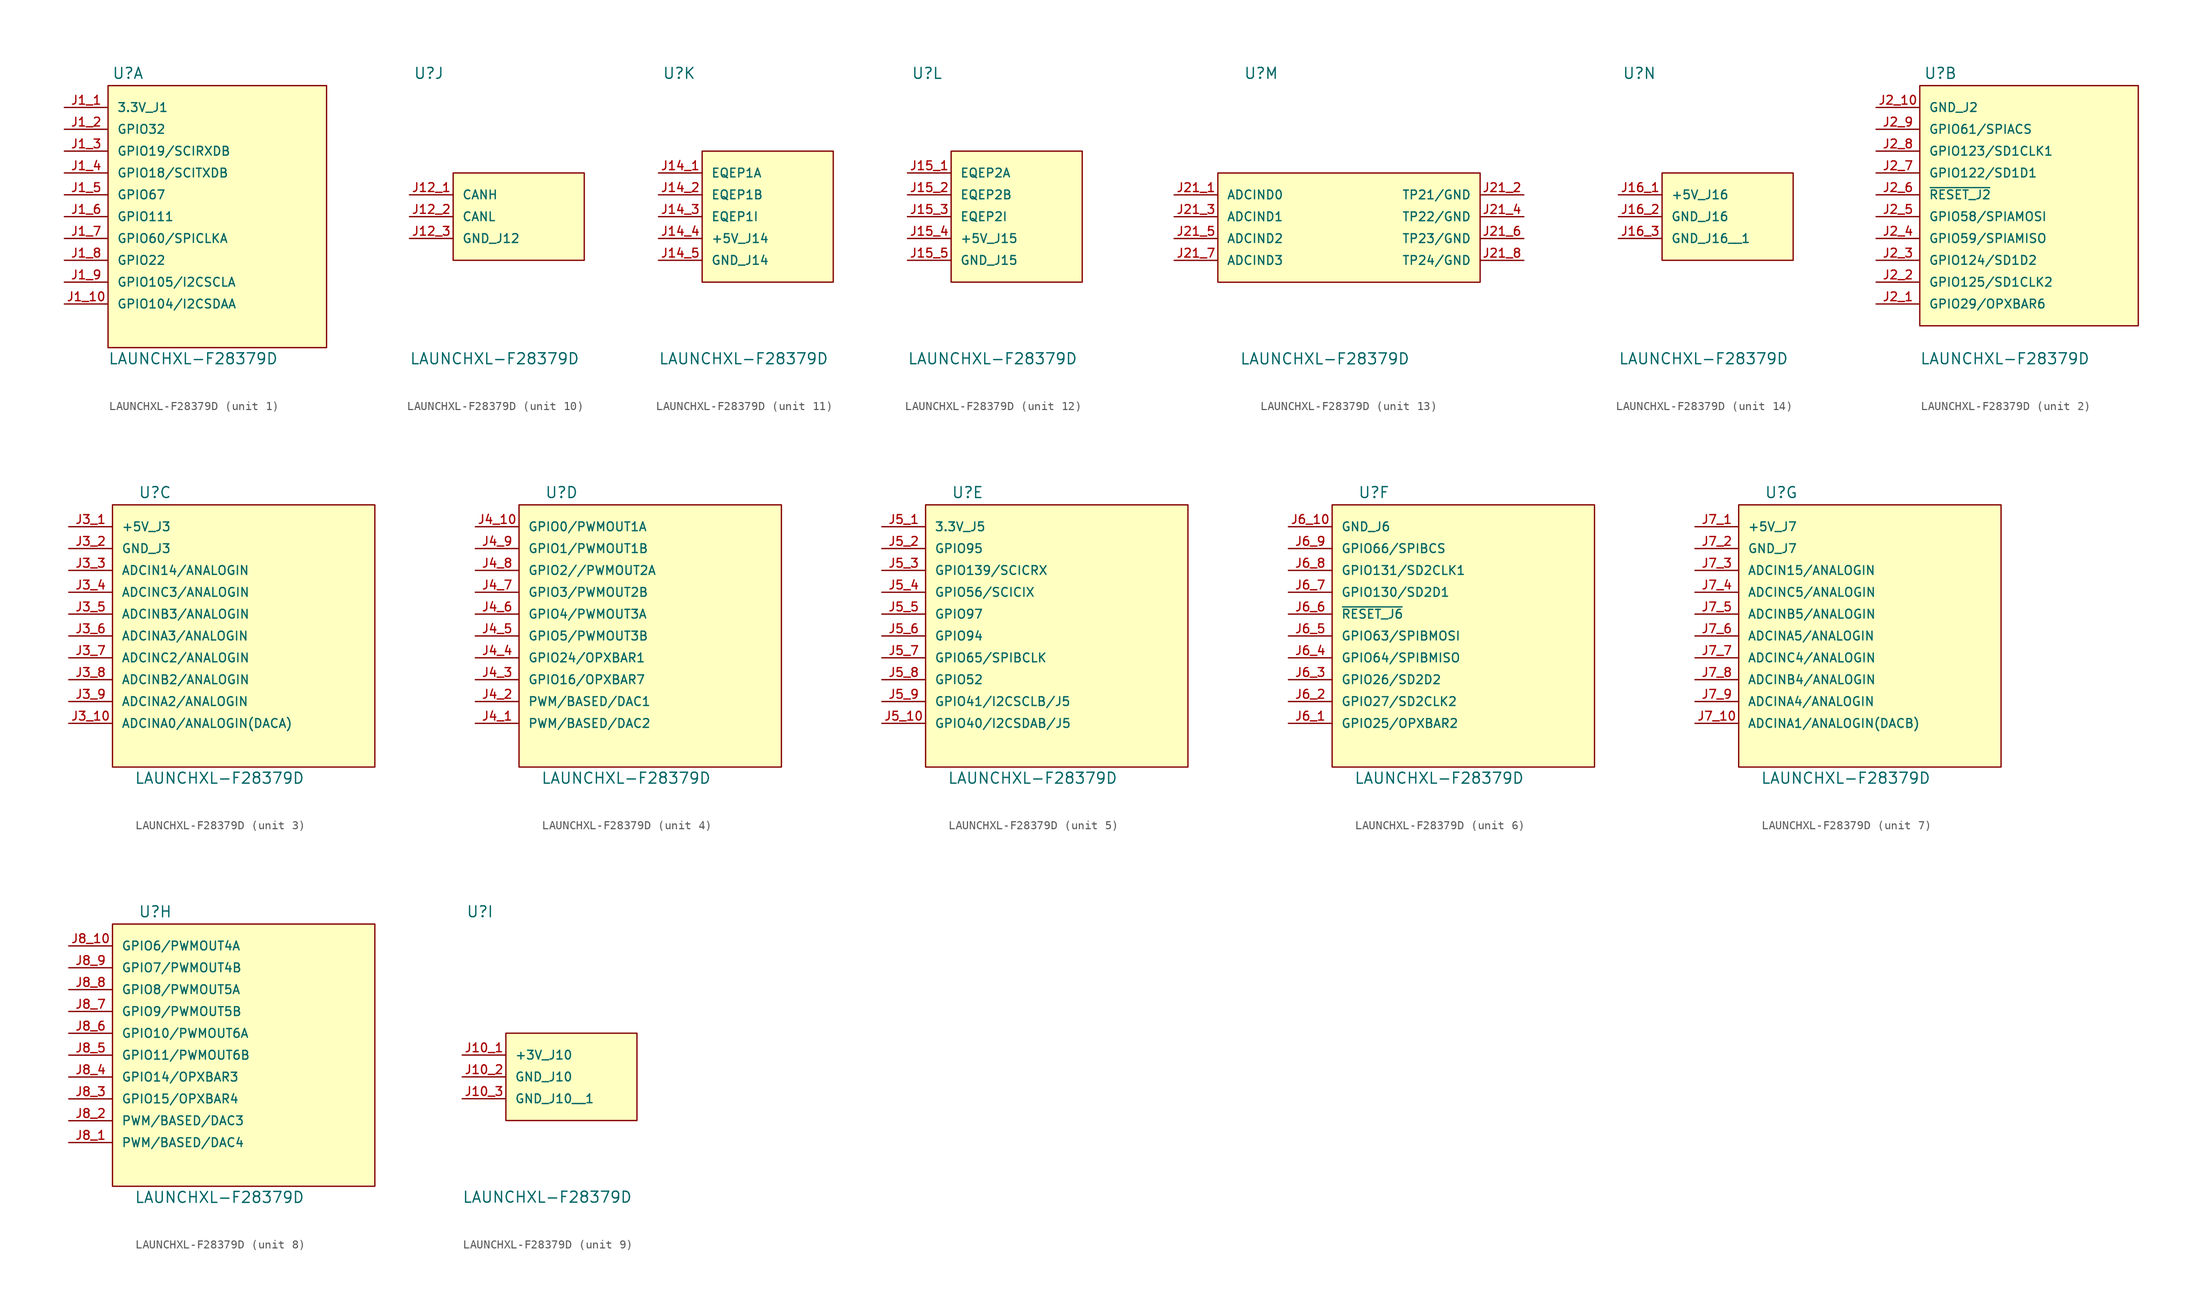
<source format=kicad_sym>
(kicad_symbol_lib
  (version 20211014)
  (generator kicad_symbol_editor)
  (symbol "LAUNCHXL-F28379D"
    (pin_names
      (offset 1.016))
    (property "Reference" "U"
      (at -12.243 15.926 0)
      (effects (font (size 1.27 1.27)) (justify bottom left)))
    (property "Value" "LAUNCHXL-F28379D"
      (at -12.7 -17.272 0)
      (effects (font (size 1.27 1.27)) (justify bottom left)))
    (symbol "LAUNCHXL-F28379D_1_0"
      (rectangle (start -12.7 -15.24) (end 12.7 15.24) (stroke (width 0.152)) (fill (type background)))
      (pin bidirectional line (at -17.78 10.16 0) (length 5.08) (name "GPIO32" (effects (font (size 1.016 1.016)))) (number "J1_2" (effects (font (size 1.016 1.016)))))
      (pin bidirectional line (at -17.78 7.62 0) (length 5.08) (name "GPIO19/SCIRXDB" (effects (font (size 1.016 1.016)))) (number "J1_3" (effects (font (size 1.016 1.016)))))
      (pin bidirectional line (at -17.78 5.08 0) (length 5.08) (name "GPIO18/SCITXDB" (effects (font (size 1.016 1.016)))) (number "J1_4" (effects (font (size 1.016 1.016)))))
      (pin bidirectional line (at -17.78 2.54 0) (length 5.08) (name "GPIO67" (effects (font (size 1.016 1.016)))) (number "J1_5" (effects (font (size 1.016 1.016)))))
      (pin bidirectional line (at -17.78 0.0 0) (length 5.08) (name "GPIO111" (effects (font (size 1.016 1.016)))) (number "J1_6" (effects (font (size 1.016 1.016)))))
      (pin bidirectional line (at -17.78 -2.54 0) (length 5.08) (name "GPIO60/SPICLKA" (effects (font (size 1.016 1.016)))) (number "J1_7" (effects (font (size 1.016 1.016)))))
      (pin bidirectional line (at -17.78 -5.08 0) (length 5.08) (name "GPIO22" (effects (font (size 1.016 1.016)))) (number "J1_8" (effects (font (size 1.016 1.016)))))
      (pin bidirectional line (at -17.78 -7.62 0) (length 5.08) (name "GPIO105/I2CSCLA" (effects (font (size 1.016 1.016)))) (number "J1_9" (effects (font (size 1.016 1.016)))))
      (pin bidirectional line (at -17.78 -10.16 0) (length 5.08) (name "GPIO104/I2CSDAA" (effects (font (size 1.016 1.016)))) (number "J1_10" (effects (font (size 1.016 1.016)))))
      (pin power_in line (at -17.78 12.7 0) (length 5.08) (name "3.3V_J1" (effects (font (size 1.016 1.016)))) (number "J1_1" (effects (font (size 1.016 1.016))))))
    (symbol "LAUNCHXL-F28379D_2_0"
      (rectangle (start -12.7 -12.7) (end 12.7 15.24) (stroke (width 0.152)) (fill (type background)))
      (pin bidirectional line (at -17.78 10.16 0) (length 5.08) (name "GPIO61/SPIACS" (effects (font (size 1.016 1.016)))) (number "J2_9" (effects (font (size 1.016 1.016)))))
      (pin bidirectional line (at -17.78 7.62 0) (length 5.08) (name "GPIO123/SD1CLK1" (effects (font (size 1.016 1.016)))) (number "J2_8" (effects (font (size 1.016 1.016)))))
      (pin bidirectional line (at -17.78 5.08 0) (length 5.08) (name "GPIO122/SD1D1" (effects (font (size 1.016 1.016)))) (number "J2_7" (effects (font (size 1.016 1.016)))))
      (pin bidirectional line (at -17.78 2.54 0) (length 5.08) (name "~{RESET_J2}" (effects (font (size 1.016 1.016)))) (number "J2_6" (effects (font (size 1.016 1.016)))))
      (pin bidirectional line (at -17.78 0.0 0) (length 5.08) (name "GPIO58/SPIAMOSI" (effects (font (size 1.016 1.016)))) (number "J2_5" (effects (font (size 1.016 1.016)))))
      (pin bidirectional line (at -17.78 -2.54 0) (length 5.08) (name "GPIO59/SPIAMISO" (effects (font (size 1.016 1.016)))) (number "J2_4" (effects (font (size 1.016 1.016)))))
      (pin bidirectional line (at -17.78 -10.16 0) (length 5.08) (name "GPIO29/OPXBAR6" (effects (font (size 1.016 1.016)))) (number "J2_1" (effects (font (size 1.016 1.016)))))
      (pin bidirectional line (at -17.78 -5.08 0) (length 5.08) (name "GPIO124/SD1D2" (effects (font (size 1.016 1.016)))) (number "J2_3" (effects (font (size 1.016 1.016)))))
      (pin bidirectional line (at -17.78 -7.62 0) (length 5.08) (name "GPIO125/SD1CLK2" (effects (font (size 1.016 1.016)))) (number "J2_2" (effects (font (size 1.016 1.016)))))
      (pin power_in line (at -17.78 12.7 0) (length 5.08) (name "GND_J2" (effects (font (size 1.016 1.016)))) (number "J2_10" (effects (font (size 1.016 1.016))))))
    (symbol "LAUNCHXL-F28379D_3_0"
      (rectangle (start -15.24 -15.24) (end 15.24 15.24) (stroke (width 0.152)) (fill (type background)))
      (pin power_in line (at -20.32 10.16 0) (length 5.08) (name "GND_J3" (effects (font (size 1.016 1.016)))) (number "J3_2" (effects (font (size 1.016 1.016)))))
      (pin bidirectional line (at -20.32 7.62 0) (length 5.08) (name "ADCIN14/ANALOGIN" (effects (font (size 1.016 1.016)))) (number "J3_3" (effects (font (size 1.016 1.016)))))
      (pin bidirectional line (at -20.32 2.54 0) (length 5.08) (name "ADCINB3/ANALOGIN" (effects (font (size 1.016 1.016)))) (number "J3_5" (effects (font (size 1.016 1.016)))))
      (pin bidirectional line (at -20.32 0.0 0) (length 5.08) (name "ADCINA3/ANALOGIN" (effects (font (size 1.016 1.016)))) (number "J3_6" (effects (font (size 1.016 1.016)))))
      (pin bidirectional line (at -20.32 -2.54 0) (length 5.08) (name "ADCINC2/ANALOGIN" (effects (font (size 1.016 1.016)))) (number "J3_7" (effects (font (size 1.016 1.016)))))
      (pin bidirectional line (at -20.32 -5.08 0) (length 5.08) (name "ADCINB2/ANALOGIN" (effects (font (size 1.016 1.016)))) (number "J3_8" (effects (font (size 1.016 1.016)))))
      (pin bidirectional line (at -20.32 5.08 0) (length 5.08) (name "ADCINC3/ANALOGIN" (effects (font (size 1.016 1.016)))) (number "J3_4" (effects (font (size 1.016 1.016)))))
      (pin bidirectional line (at -20.32 -7.62 0) (length 5.08) (name "ADCINA2/ANALOGIN" (effects (font (size 1.016 1.016)))) (number "J3_9" (effects (font (size 1.016 1.016)))))
      (pin bidirectional line (at -20.32 -10.16 0) (length 5.08) (name "ADCINA0/ANALOGIN(DACA)" (effects (font (size 1.016 1.016)))) (number "J3_10" (effects (font (size 1.016 1.016)))))
      (pin power_in line (at -20.32 12.7 0) (length 5.08) (name "+5V_J3" (effects (font (size 1.016 1.016)))) (number "J3_1" (effects (font (size 1.016 1.016))))))
    (symbol "LAUNCHXL-F28379D_4_0"
      (rectangle (start -15.24 -15.24) (end 15.24 15.24) (stroke (width 0.152)) (fill (type background)))
      (pin bidirectional line (at -20.32 10.16 0) (length 5.08) (name "GPIO1/PWMOUT1B" (effects (font (size 1.016 1.016)))) (number "J4_9" (effects (font (size 1.016 1.016)))))
      (pin bidirectional line (at -20.32 5.08 0) (length 5.08) (name "GPIO3/PWMOUT2B" (effects (font (size 1.016 1.016)))) (number "J4_7" (effects (font (size 1.016 1.016)))))
      (pin bidirectional line (at -20.32 2.54 0) (length 5.08) (name "GPIO4/PWMOUT3A" (effects (font (size 1.016 1.016)))) (number "J4_6" (effects (font (size 1.016 1.016)))))
      (pin bidirectional line (at -20.32 0.0 0) (length 5.08) (name "GPIO5/PWMOUT3B" (effects (font (size 1.016 1.016)))) (number "J4_5" (effects (font (size 1.016 1.016)))))
      (pin bidirectional line (at -20.32 -2.54 0) (length 5.08) (name "GPIO24/OPXBAR1" (effects (font (size 1.016 1.016)))) (number "J4_4" (effects (font (size 1.016 1.016)))))
      (pin bidirectional line (at -20.32 -5.08 0) (length 5.08) (name "GPIO16/OPXBAR7" (effects (font (size 1.016 1.016)))) (number "J4_3" (effects (font (size 1.016 1.016)))))
      (pin bidirectional line (at -20.32 7.62 0) (length 5.08) (name "GPIO2//PWMOUT2A" (effects (font (size 1.016 1.016)))) (number "J4_8" (effects (font (size 1.016 1.016)))))
      (pin bidirectional line (at -20.32 -7.62 0) (length 5.08) (name "PWM/BASED/DAC1" (effects (font (size 1.016 1.016)))) (number "J4_2" (effects (font (size 1.016 1.016)))))
      (pin bidirectional line (at -20.32 -10.16 0) (length 5.08) (name "PWM/BASED/DAC2" (effects (font (size 1.016 1.016)))) (number "J4_1" (effects (font (size 1.016 1.016)))))
      (pin bidirectional line (at -20.32 12.7 0) (length 5.08) (name "GPIO0/PWMOUT1A" (effects (font (size 1.016 1.016)))) (number "J4_10" (effects (font (size 1.016 1.016))))))
    (symbol "LAUNCHXL-F28379D_5_0"
      (rectangle (start -15.24 -15.24) (end 15.24 15.24) (stroke (width 0.152)) (fill (type background)))
      (pin bidirectional line (at -20.32 10.16 0) (length 5.08) (name "GPIO95" (effects (font (size 1.016 1.016)))) (number "J5_2" (effects (font (size 1.016 1.016)))))
      (pin bidirectional line (at -20.32 5.08 0) (length 5.08) (name "GPIO56/SCICIX" (effects (font (size 1.016 1.016)))) (number "J5_4" (effects (font (size 1.016 1.016)))))
      (pin bidirectional line (at -20.32 2.54 0) (length 5.08) (name "GPIO97" (effects (font (size 1.016 1.016)))) (number "J5_5" (effects (font (size 1.016 1.016)))))
      (pin bidirectional line (at -20.32 0.0 0) (length 5.08) (name "GPIO94" (effects (font (size 1.016 1.016)))) (number "J5_6" (effects (font (size 1.016 1.016)))))
      (pin bidirectional line (at -20.32 -2.54 0) (length 5.08) (name "GPIO65/SPIBCLK" (effects (font (size 1.016 1.016)))) (number "J5_7" (effects (font (size 1.016 1.016)))))
      (pin bidirectional line (at -20.32 -5.08 0) (length 5.08) (name "GPIO52" (effects (font (size 1.016 1.016)))) (number "J5_8" (effects (font (size 1.016 1.016)))))
      (pin bidirectional line (at -20.32 7.62 0) (length 5.08) (name "GPIO139/SCICRX" (effects (font (size 1.016 1.016)))) (number "J5_3" (effects (font (size 1.016 1.016)))))
      (pin bidirectional line (at -20.32 -7.62 0) (length 5.08) (name "GPIO41/I2CSCLB/J5" (effects (font (size 1.016 1.016)))) (number "J5_9" (effects (font (size 1.016 1.016)))))
      (pin bidirectional line (at -20.32 -10.16 0) (length 5.08) (name "GPIO40/I2CSDAB/J5" (effects (font (size 1.016 1.016)))) (number "J5_10" (effects (font (size 1.016 1.016)))))
      (pin power_in line (at -20.32 12.7 0) (length 5.08) (name "3.3V_J5" (effects (font (size 1.016 1.016)))) (number "J5_1" (effects (font (size 1.016 1.016))))))
    (symbol "LAUNCHXL-F28379D_6_0"
      (rectangle (start -15.24 -15.24) (end 15.24 15.24) (stroke (width 0.152)) (fill (type background)))
      (pin bidirectional line (at -20.32 10.16 0) (length 5.08) (name "GPIO66/SPIBCS" (effects (font (size 1.016 1.016)))) (number "J6_9" (effects (font (size 1.016 1.016)))))
      (pin bidirectional line (at -20.32 5.08 0) (length 5.08) (name "GPIO130/SD2D1" (effects (font (size 1.016 1.016)))) (number "J6_7" (effects (font (size 1.016 1.016)))))
      (pin bidirectional line (at -20.32 2.54 0) (length 5.08) (name "~{RESET_J6}" (effects (font (size 1.016 1.016)))) (number "J6_6" (effects (font (size 1.016 1.016)))))
      (pin bidirectional line (at -20.32 0.0 0) (length 5.08) (name "GPIO63/SPIBMOSI" (effects (font (size 1.016 1.016)))) (number "J6_5" (effects (font (size 1.016 1.016)))))
      (pin bidirectional line (at -20.32 -2.54 0) (length 5.08) (name "GPIO64/SPIBMISO" (effects (font (size 1.016 1.016)))) (number "J6_4" (effects (font (size 1.016 1.016)))))
      (pin bidirectional line (at -20.32 -5.08 0) (length 5.08) (name "GPIO26/SD2D2" (effects (font (size 1.016 1.016)))) (number "J6_3" (effects (font (size 1.016 1.016)))))
      (pin bidirectional line (at -20.32 7.62 0) (length 5.08) (name "GPIO131/SD2CLK1" (effects (font (size 1.016 1.016)))) (number "J6_8" (effects (font (size 1.016 1.016)))))
      (pin bidirectional line (at -20.32 -7.62 0) (length 5.08) (name "GPIO27/SD2CLK2" (effects (font (size 1.016 1.016)))) (number "J6_2" (effects (font (size 1.016 1.016)))))
      (pin bidirectional line (at -20.32 -10.16 0) (length 5.08) (name "GPIO25/OPXBAR2" (effects (font (size 1.016 1.016)))) (number "J6_1" (effects (font (size 1.016 1.016)))))
      (pin power_in line (at -20.32 12.7 0) (length 5.08) (name "GND_J6" (effects (font (size 1.016 1.016)))) (number "J6_10" (effects (font (size 1.016 1.016))))))
    (symbol "LAUNCHXL-F28379D_7_0"
      (rectangle (start -15.24 -15.24) (end 15.24 15.24) (stroke (width 0.152)) (fill (type background)))
      (pin power_in line (at -20.32 10.16 0) (length 5.08) (name "GND_J7" (effects (font (size 1.016 1.016)))) (number "J7_2" (effects (font (size 1.016 1.016)))))
      (pin bidirectional line (at -20.32 5.08 0) (length 5.08) (name "ADCINC5/ANALOGIN" (effects (font (size 1.016 1.016)))) (number "J7_4" (effects (font (size 1.016 1.016)))))
      (pin bidirectional line (at -20.32 2.54 0) (length 5.08) (name "ADCINB5/ANALOGIN" (effects (font (size 1.016 1.016)))) (number "J7_5" (effects (font (size 1.016 1.016)))))
      (pin bidirectional line (at -20.32 -2.54 0) (length 5.08) (name "ADCINC4/ANALOGIN" (effects (font (size 1.016 1.016)))) (number "J7_7" (effects (font (size 1.016 1.016)))))
      (pin bidirectional line (at -20.32 0.0 0) (length 5.08) (name "ADCINA5/ANALOGIN" (effects (font (size 1.016 1.016)))) (number "J7_6" (effects (font (size 1.016 1.016)))))
      (pin bidirectional line (at -20.32 -5.08 0) (length 5.08) (name "ADCINB4/ANALOGIN" (effects (font (size 1.016 1.016)))) (number "J7_8" (effects (font (size 1.016 1.016)))))
      (pin bidirectional line (at -20.32 7.62 0) (length 5.08) (name "ADCIN15/ANALOGIN" (effects (font (size 1.016 1.016)))) (number "J7_3" (effects (font (size 1.016 1.016)))))
      (pin bidirectional line (at -20.32 -7.62 0) (length 5.08) (name "ADCINA4/ANALOGIN" (effects (font (size 1.016 1.016)))) (number "J7_9" (effects (font (size 1.016 1.016)))))
      (pin bidirectional line (at -20.32 -10.16 0) (length 5.08) (name "ADCINA1/ANALOGIN(DACB)" (effects (font (size 1.016 1.016)))) (number "J7_10" (effects (font (size 1.016 1.016)))))
      (pin power_in line (at -20.32 12.7 0) (length 5.08) (name "+5V_J7" (effects (font (size 1.016 1.016)))) (number "J7_1" (effects (font (size 1.016 1.016))))))
    (symbol "LAUNCHXL-F28379D_8_0"
      (rectangle (start -15.24 -15.24) (end 15.24 15.24) (stroke (width 0.152)) (fill (type background)))
      (pin bidirectional line (at -20.32 10.16 0) (length 5.08) (name "GPIO7/PWMOUT4B" (effects (font (size 1.016 1.016)))) (number "J8_9" (effects (font (size 1.016 1.016)))))
      (pin bidirectional line (at -20.32 5.08 0) (length 5.08) (name "GPIO9/PWMOUT5B" (effects (font (size 1.016 1.016)))) (number "J8_7" (effects (font (size 1.016 1.016)))))
      (pin bidirectional line (at -20.32 2.54 0) (length 5.08) (name "GPIO10/PWMOUT6A" (effects (font (size 1.016 1.016)))) (number "J8_6" (effects (font (size 1.016 1.016)))))
      (pin bidirectional line (at -20.32 -2.54 0) (length 5.08) (name "GPIO14/OPXBAR3" (effects (font (size 1.016 1.016)))) (number "J8_4" (effects (font (size 1.016 1.016)))))
      (pin bidirectional line (at -20.32 0.0 0) (length 5.08) (name "GPIO11/PWMOUT6B" (effects (font (size 1.016 1.016)))) (number "J8_5" (effects (font (size 1.016 1.016)))))
      (pin bidirectional line (at -20.32 -5.08 0) (length 5.08) (name "GPIO15/OPXBAR4" (effects (font (size 1.016 1.016)))) (number "J8_3" (effects (font (size 1.016 1.016)))))
      (pin bidirectional line (at -20.32 7.62 0) (length 5.08) (name "GPIO8/PWMOUT5A" (effects (font (size 1.016 1.016)))) (number "J8_8" (effects (font (size 1.016 1.016)))))
      (pin bidirectional line (at -20.32 -7.62 0) (length 5.08) (name "PWM/BASED/DAC3" (effects (font (size 1.016 1.016)))) (number "J8_2" (effects (font (size 1.016 1.016)))))
      (pin bidirectional line (at -20.32 -10.16 0) (length 5.08) (name "PWM/BASED/DAC4" (effects (font (size 1.016 1.016)))) (number "J8_1" (effects (font (size 1.016 1.016)))))
      (pin bidirectional line (at -20.32 12.7 0) (length 5.08) (name "GPIO6/PWMOUT4A" (effects (font (size 1.016 1.016)))) (number "J8_10" (effects (font (size 1.016 1.016))))))
    (symbol "LAUNCHXL-F28379D_9_0"
      (rectangle (start -7.62 -7.62) (end 7.62 2.54) (stroke (width 0.152)) (fill (type background)))
      (pin power_in line (at -12.7 -2.54 0) (length 5.08) (name "GND_J10" (effects (font (size 1.016 1.016)))) (number "J10_2" (effects (font (size 1.016 1.016)))))
      (pin power_in line (at -12.7 0.0 0) (length 5.08) (name "+3V_J10" (effects (font (size 1.016 1.016)))) (number "J10_1" (effects (font (size 1.016 1.016)))))
      (pin power_in line (at -12.7 -5.08 0) (length 5.08) (name "GND_J10__1" (effects (font (size 1.016 1.016)))) (number "J10_3" (effects (font (size 1.016 1.016))))))
    (symbol "LAUNCHXL-F28379D_10_0"
      (rectangle (start -7.62 -5.08) (end 7.62 5.08) (stroke (width 0.152)) (fill (type background)))
      (pin bidirectional line (at -12.7 0.0 0) (length 5.08) (name "CANL" (effects (font (size 1.016 1.016)))) (number "J12_2" (effects (font (size 1.016 1.016)))))
      (pin power_in line (at -12.7 -2.54 0) (length 5.08) (name "GND_J12" (effects (font (size 1.016 1.016)))) (number "J12_3" (effects (font (size 1.016 1.016)))))
      (pin bidirectional line (at -12.7 2.54 0) (length 5.08) (name "CANH" (effects (font (size 1.016 1.016)))) (number "J12_1" (effects (font (size 1.016 1.016))))))
    (symbol "LAUNCHXL-F28379D_11_0"
      (rectangle (start -7.62 -7.62) (end 7.62 7.62) (stroke (width 0.152)) (fill (type background)))
      (pin bidirectional line (at -12.7 2.54 0) (length 5.08) (name "EQEP1B" (effects (font (size 1.016 1.016)))) (number "J14_2" (effects (font (size 1.016 1.016)))))
      (pin power_in line (at -12.7 -2.54 0) (length 5.08) (name "+5V_J14" (effects (font (size 1.016 1.016)))) (number "J14_4" (effects (font (size 1.016 1.016)))))
      (pin power_in line (at -12.7 -5.08 0) (length 5.08) (name "GND_J14" (effects (font (size 1.016 1.016)))) (number "J14_5" (effects (font (size 1.016 1.016)))))
      (pin bidirectional line (at -12.7 0.0 0) (length 5.08) (name "EQEP1I" (effects (font (size 1.016 1.016)))) (number "J14_3" (effects (font (size 1.016 1.016)))))
      (pin bidirectional line (at -12.7 5.08 0) (length 5.08) (name "EQEP1A" (effects (font (size 1.016 1.016)))) (number "J14_1" (effects (font (size 1.016 1.016))))))
    (symbol "LAUNCHXL-F28379D_12_0"
      (rectangle (start -7.62 -7.62) (end 7.62 7.62) (stroke (width 0.152)) (fill (type background)))
      (pin bidirectional line (at -12.7 2.54 0) (length 5.08) (name "EQEP2B" (effects (font (size 1.016 1.016)))) (number "J15_2" (effects (font (size 1.016 1.016)))))
      (pin power_in line (at -12.7 -2.54 0) (length 5.08) (name "+5V_J15" (effects (font (size 1.016 1.016)))) (number "J15_4" (effects (font (size 1.016 1.016)))))
      (pin power_in line (at -12.7 -5.08 0) (length 5.08) (name "GND_J15" (effects (font (size 1.016 1.016)))) (number "J15_5" (effects (font (size 1.016 1.016)))))
      (pin bidirectional line (at -12.7 0.0 0) (length 5.08) (name "EQEP2I" (effects (font (size 1.016 1.016)))) (number "J15_3" (effects (font (size 1.016 1.016)))))
      (pin bidirectional line (at -12.7 5.08 0) (length 5.08) (name "EQEP2A" (effects (font (size 1.016 1.016)))) (number "J15_1" (effects (font (size 1.016 1.016))))))
    (symbol "LAUNCHXL-F28379D_13_0"
      (rectangle (start -15.24 -7.62) (end 15.24 5.08) (stroke (width 0.152)) (fill (type background)))
      (pin input line (at -20.32 2.54 0) (length 5.08) (name "ADCIND0" (effects (font (size 1.016 1.016)))) (number "J21_1" (effects (font (size 1.016 1.016)))))
      (pin input line (at -20.32 0.0 0) (length 5.08) (name "ADCIND1" (effects (font (size 1.016 1.016)))) (number "J21_3" (effects (font (size 1.016 1.016)))))
      (pin input line (at -20.32 -2.54 0) (length 5.08) (name "ADCIND2" (effects (font (size 1.016 1.016)))) (number "J21_5" (effects (font (size 1.016 1.016)))))
      (pin input line (at -20.32 -5.08 0) (length 5.08) (name "ADCIND3" (effects (font (size 1.016 1.016)))) (number "J21_7" (effects (font (size 1.016 1.016)))))
      (pin power_in line (at 20.32 2.54 180.0) (length 5.08) (name "TP21/GND" (effects (font (size 1.016 1.016)))) (number "J21_2" (effects (font (size 1.016 1.016)))))
      (pin power_in line (at 20.32 0.0 180.0) (length 5.08) (name "TP22/GND" (effects (font (size 1.016 1.016)))) (number "J21_4" (effects (font (size 1.016 1.016)))))
      (pin power_in line (at 20.32 -2.54 180.0) (length 5.08) (name "TP23/GND" (effects (font (size 1.016 1.016)))) (number "J21_6" (effects (font (size 1.016 1.016)))))
      (pin power_in line (at 20.32 -5.08 180.0) (length 5.08) (name "TP24/GND" (effects (font (size 1.016 1.016)))) (number "J21_8" (effects (font (size 1.016 1.016))))))
    (symbol "LAUNCHXL-F28379D_14_0"
      (rectangle (start -7.62 -5.08) (end 7.62 5.08) (stroke (width 0.152)) (fill (type background)))
      (pin power_in line (at -12.7 0.0 0) (length 5.08) (name "GND_J16" (effects (font (size 1.016 1.016)))) (number "J16_2" (effects (font (size 1.016 1.016)))))
      (pin power_in line (at -12.7 2.54 0) (length 5.08) (name "+5V_J16" (effects (font (size 1.016 1.016)))) (number "J16_1" (effects (font (size 1.016 1.016)))))
      (pin power_in line (at -12.7 -2.54 0) (length 5.08) (name "GND_J16__1" (effects (font (size 1.016 1.016)))) (number "J16_3" (effects (font (size 1.016 1.016))))))))
</source>
